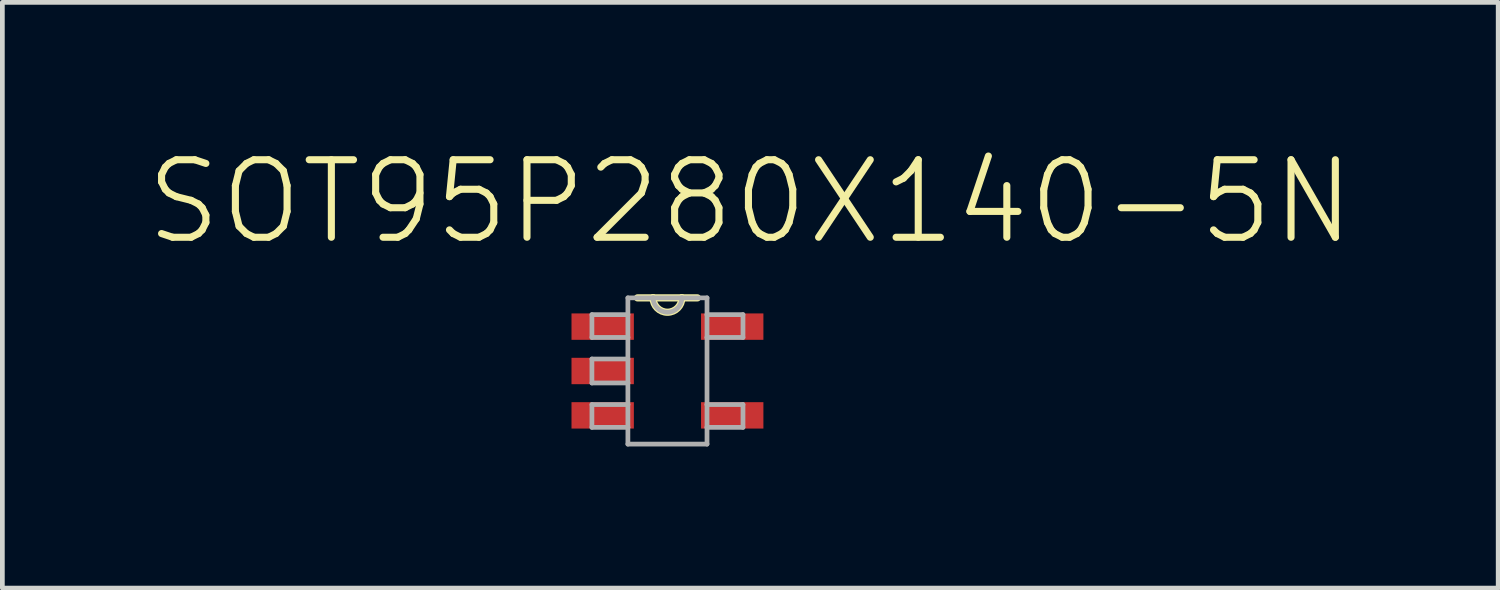
<source format=kicad_pcb>
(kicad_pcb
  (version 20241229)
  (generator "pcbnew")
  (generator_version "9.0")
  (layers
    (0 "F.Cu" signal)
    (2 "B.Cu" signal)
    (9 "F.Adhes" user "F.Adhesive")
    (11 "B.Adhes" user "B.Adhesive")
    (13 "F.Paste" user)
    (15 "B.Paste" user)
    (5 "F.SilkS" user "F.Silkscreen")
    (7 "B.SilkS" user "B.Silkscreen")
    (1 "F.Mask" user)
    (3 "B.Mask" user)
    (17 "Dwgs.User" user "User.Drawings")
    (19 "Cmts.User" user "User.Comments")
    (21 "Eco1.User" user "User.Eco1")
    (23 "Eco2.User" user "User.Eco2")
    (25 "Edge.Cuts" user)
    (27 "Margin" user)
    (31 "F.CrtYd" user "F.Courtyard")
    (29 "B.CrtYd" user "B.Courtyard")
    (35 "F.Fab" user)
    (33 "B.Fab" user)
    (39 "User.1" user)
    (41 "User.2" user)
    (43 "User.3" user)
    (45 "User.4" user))
  (footprint "SOT95P280X140-5N"
    (layer "F.Cu")
    (at 11.089 4.809)
    (property "Reference" "SOT95P280X140-5N" (at 1.755 -3.585 0) (layer "F.SilkS") (effects (font (size 1.642 1.642) (thickness 0.15))))
    (attr smd)
    (fp_line (start -0.305 -1.549) (end -0.635 -1.549) (stroke (width 0.152) (type solid)) (layer "F.SilkS"))
    (fp_line (start 0.305 -1.549) (end -0.305 -1.549) (stroke (width 0.152) (type solid)) (layer "F.SilkS"))
    (fp_line (start 0.635 -1.549) (end 0.305 -1.549) (stroke (width 0.152) (type solid)) (layer "F.SilkS"))
    (fp_arc (start 0.3048 -1.5494) (mid 0 -1.2446) (end -0.3048 -1.5494) (stroke (width 0.1524) (type solid)) (layer "F.SilkS"))
    (fp_line (start -1.6 -1.194) (end -1.6 -0.711) (stroke (width 0.1) (type solid)) (layer "F.Fab"))
    (fp_line (start -1.6 -0.711) (end -0.838 -0.711) (stroke (width 0.1) (type solid)) (layer "F.Fab"))
    (fp_line (start -1.6 -0.254) (end -1.6 0.254) (stroke (width 0.1) (type solid)) (layer "F.Fab"))
    (fp_line (start -1.6 0.254) (end -0.838 0.254) (stroke (width 0.1) (type solid)) (layer "F.Fab"))
    (fp_line (start -1.6 0.711) (end -1.6 1.194) (stroke (width 0.1) (type solid)) (layer "F.Fab"))
    (fp_line (start -1.6 1.194) (end -0.838 1.194) (stroke (width 0.1) (type solid)) (layer "F.Fab"))
    (fp_line (start -0.838 -1.549) (end -0.838 -1.194) (stroke (width 0.1) (type solid)) (layer "F.Fab"))
    (fp_line (start -0.838 -1.194) (end -1.6 -1.194) (stroke (width 0.1) (type solid)) (layer "F.Fab"))
    (fp_line (start -0.838 -1.194) (end -0.838 -0.711) (stroke (width 0.1) (type solid)) (layer "F.Fab"))
    (fp_line (start -0.838 -0.711) (end -0.838 -0.254) (stroke (width 0.1) (type solid)) (layer "F.Fab"))
    (fp_line (start -0.838 -0.254) (end -1.6 -0.254) (stroke (width 0.1) (type solid)) (layer "F.Fab"))
    (fp_line (start -0.838 -0.254) (end -0.838 0.254) (stroke (width 0.1) (type solid)) (layer "F.Fab"))
    (fp_line (start -0.838 0.254) (end -0.838 0.711) (stroke (width 0.1) (type solid)) (layer "F.Fab"))
    (fp_line (start -0.838 0.711) (end -1.6 0.711) (stroke (width 0.1) (type solid)) (layer "F.Fab"))
    (fp_line (start -0.838 1.194) (end -0.838 0.711) (stroke (width 0.1) (type solid)) (layer "F.Fab"))
    (fp_line (start -0.838 1.549) (end -0.838 1.194) (stroke (width 0.1) (type solid)) (layer "F.Fab"))
    (fp_line (start -0.838 1.549) (end 0.838 1.549) (stroke (width 0.1) (type solid)) (layer "F.Fab"))
    (fp_line (start -0.305 -1.549) (end -0.838 -1.549) (stroke (width 0.1) (type solid)) (layer "F.Fab"))
    (fp_line (start 0.305 -1.549) (end -0.305 -1.549) (stroke (width 0.1) (type solid)) (layer "F.Fab"))
    (fp_line (start 0.838 -1.549) (end 0.305 -1.549) (stroke (width 0.1) (type solid)) (layer "F.Fab"))
    (fp_line (start 0.838 -1.549) (end 0.838 -1.194) (stroke (width 0.1) (type solid)) (layer "F.Fab"))
    (fp_line (start 0.838 -1.194) (end 0.838 -0.711) (stroke (width 0.1) (type solid)) (layer "F.Fab"))
    (fp_line (start 0.838 -0.711) (end 1.6 -0.711) (stroke (width 0.1) (type solid)) (layer "F.Fab"))
    (fp_line (start 0.838 0.711) (end 0.838 -0.711) (stroke (width 0.1) (type solid)) (layer "F.Fab"))
    (fp_line (start 0.838 1.194) (end 0.838 0.711) (stroke (width 0.1) (type solid)) (layer "F.Fab"))
    (fp_line (start 0.838 1.194) (end 1.6 1.194) (stroke (width 0.1) (type solid)) (layer "F.Fab"))
    (fp_line (start 0.838 1.549) (end 0.838 1.194) (stroke (width 0.1) (type solid)) (layer "F.Fab"))
    (fp_line (start 1.6 -1.194) (end 0.838 -1.194) (stroke (width 0.1) (type solid)) (layer "F.Fab"))
    (fp_line (start 1.6 -0.711) (end 1.6 -1.194) (stroke (width 0.1) (type solid)) (layer "F.Fab"))
    (fp_line (start 1.6 0.711) (end 0.838 0.711) (stroke (width 0.1) (type solid)) (layer "F.Fab"))
    (fp_line (start 1.6 1.194) (end 1.6 0.711) (stroke (width 0.1) (type solid)) (layer "F.Fab"))
    (fp_arc (start 0.3048 -1.5494) (mid 0 -1.2446) (end -0.3048 -1.5494) (stroke (width 0.1) (type solid)) (layer "F.Fab"))
    (pad "1" smd rect (at -1.372 -0.94) (size 1.321 0.559) (layers "F.Cu" "F.Mask" "F.Paste"))
    (pad "2" smd rect (at -1.372 0) (size 1.321 0.559) (layers "F.Cu" "F.Mask" "F.Paste"))
    (pad "3" smd rect (at -1.372 0.94) (size 1.321 0.559) (layers "F.Cu" "F.Mask" "F.Paste"))
    (pad "4" smd rect (at 1.372 0.94) (size 1.321 0.559) (layers "F.Cu" "F.Mask" "F.Paste"))
    (pad "5" smd rect (at 1.372 -0.94) (size 1.321 0.559) (layers "F.Cu" "F.Mask" "F.Paste")))
  (gr_rect
    (start -3 -3)
    (end 28.687 9.408)
    (stroke (width 0.1) (type default))
    (fill no)
    (layer "Edge.Cuts")))
</source>
